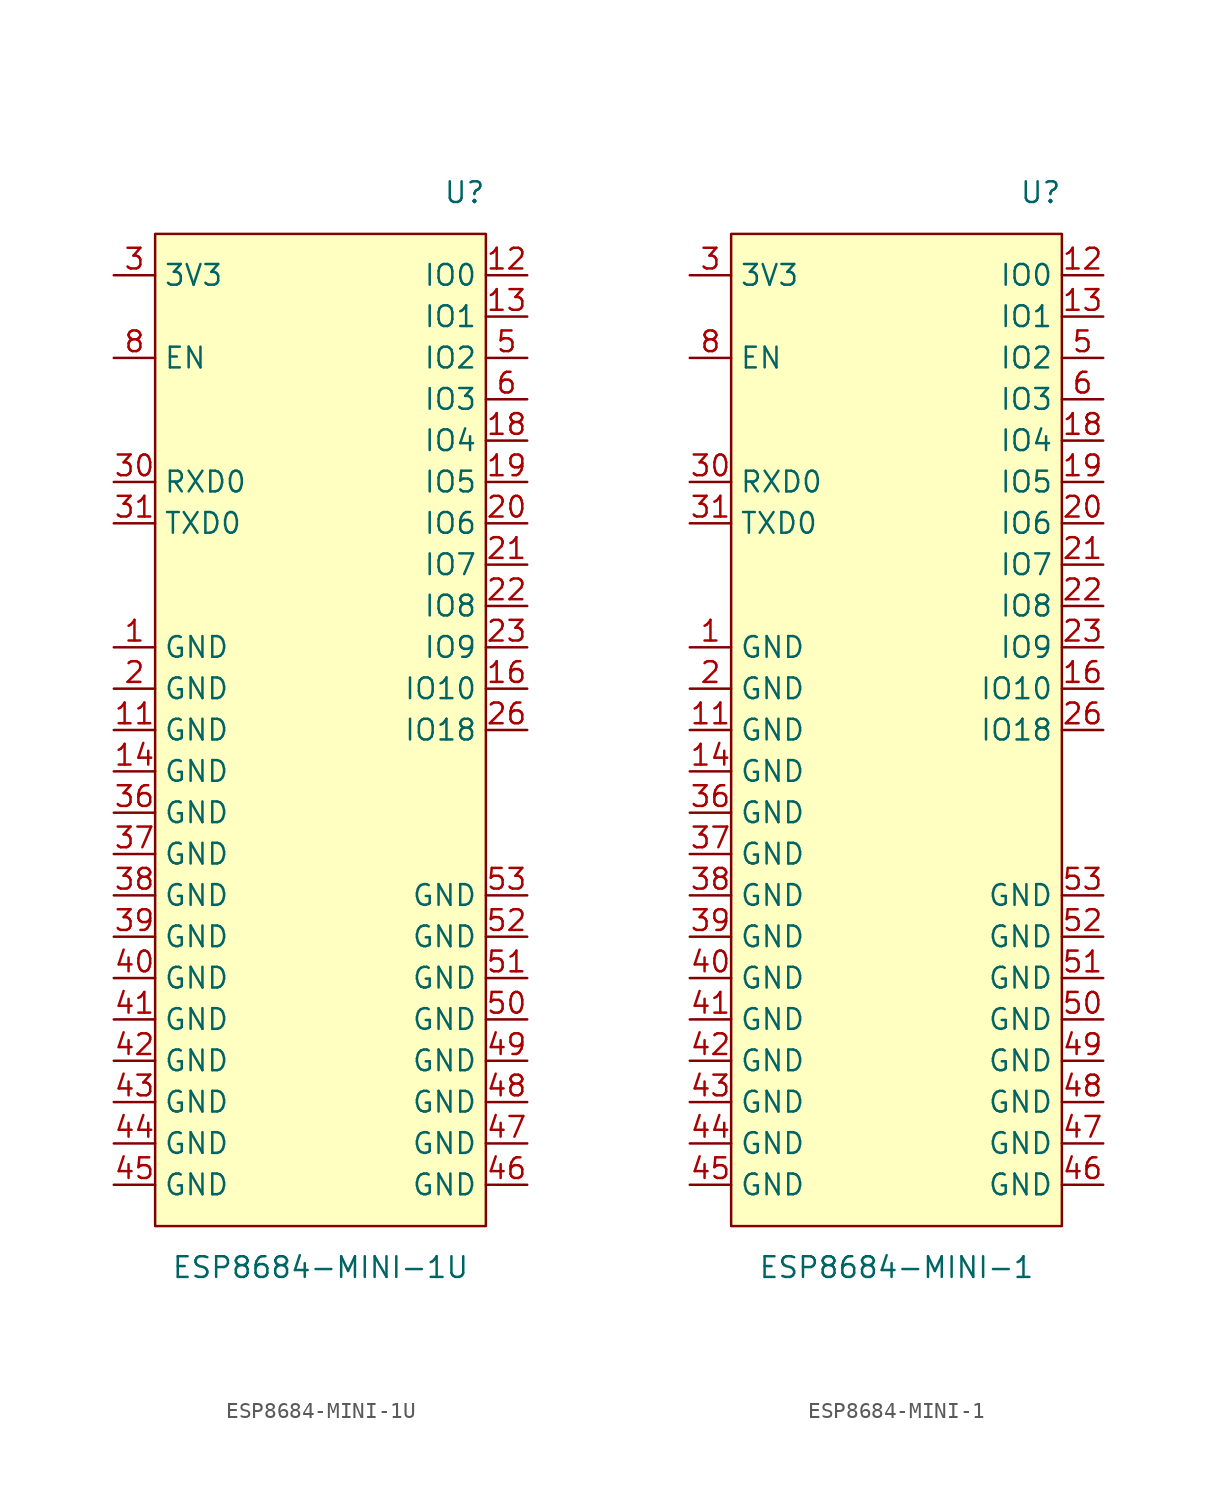
<source format=kicad_sym>
(kicad_symbol_lib
  (version 20231120)
  (generator "kicad_symbol_editor")
  (generator_version "8.0")
  (symbol "ESP8684-MINI-1U"
    (property "Reference" "U"
      (at 10.16 33.02 0)
      (effects (font (size 1.27 1.27)) (justify right)))
    (property "Value" "ESP8684-MINI-1U"
      (at 0 -33.02 0)
      (effects (font (size 1.27 1.27))))
    (symbol "ESP8684-MINI-1U_0_0"
      (pin unspecified line (at -12.7 5.08 0) (length 2.54) (name "GND" (effects (font (size 1.27 1.27)))) (number "1" (effects (font (size 1.27 1.27)))))
      (pin unspecified line (at -12.7 0 0) (length 2.54) (name "GND" (effects (font (size 1.27 1.27)))) (number "11" (effects (font (size 1.27 1.27)))))
      (pin unspecified line (at 12.7 27.94 180) (length 2.54) (name "IO0" (effects (font (size 1.27 1.27)))) (number "12" (effects (font (size 1.27 1.27)))))
      (pin unspecified line (at 12.7 25.4 180) (length 2.54) (name "IO1" (effects (font (size 1.27 1.27)))) (number "13" (effects (font (size 1.27 1.27)))))
      (pin unspecified line (at -12.7 -2.54 0) (length 2.54) (name "GND" (effects (font (size 1.27 1.27)))) (number "14" (effects (font (size 1.27 1.27)))))
      (pin unspecified line (at 12.7 2.54 180) (length 2.54) (name "IO10" (effects (font (size 1.27 1.27)))) (number "16" (effects (font (size 1.27 1.27)))))
      (pin unspecified line (at 12.7 17.78 180) (length 2.54) (name "IO4" (effects (font (size 1.27 1.27)))) (number "18" (effects (font (size 1.27 1.27)))))
      (pin unspecified line (at 12.7 15.24 180) (length 2.54) (name "IO5" (effects (font (size 1.27 1.27)))) (number "19" (effects (font (size 1.27 1.27)))))
      (pin unspecified line (at -12.7 2.54 0) (length 2.54) (name "GND" (effects (font (size 1.27 1.27)))) (number "2" (effects (font (size 1.27 1.27)))))
      (pin unspecified line (at 12.7 12.7 180) (length 2.54) (name "IO6" (effects (font (size 1.27 1.27)))) (number "20" (effects (font (size 1.27 1.27)))))
      (pin unspecified line (at 12.7 10.16 180) (length 2.54) (name "IO7" (effects (font (size 1.27 1.27)))) (number "21" (effects (font (size 1.27 1.27)))))
      (pin unspecified line (at 12.7 7.62 180) (length 2.54) (name "IO8" (effects (font (size 1.27 1.27)))) (number "22" (effects (font (size 1.27 1.27)))))
      (pin unspecified line (at 12.7 5.08 180) (length 2.54) (name "IO9" (effects (font (size 1.27 1.27)))) (number "23" (effects (font (size 1.27 1.27)))))
      (pin unspecified line (at 12.7 0 180) (length 2.54) (name "IO18" (effects (font (size 1.27 1.27)))) (number "26" (effects (font (size 1.27 1.27)))))
      (pin unspecified line (at -12.7 27.94 0) (length 2.54) (name "3V3" (effects (font (size 1.27 1.27)))) (number "3" (effects (font (size 1.27 1.27)))))
      (pin unspecified line (at -12.7 15.24 0) (length 2.54) (name "RXD0" (effects (font (size 1.27 1.27)))) (number "30" (effects (font (size 1.27 1.27)))))
      (pin unspecified line (at -12.7 12.7 0) (length 2.54) (name "TXD0" (effects (font (size 1.27 1.27)))) (number "31" (effects (font (size 1.27 1.27)))))
      (pin unspecified line (at -12.7 -5.08 0) (length 2.54) (name "GND" (effects (font (size 1.27 1.27)))) (number "36" (effects (font (size 1.27 1.27)))))
      (pin unspecified line (at -12.7 -7.62 0) (length 2.54) (name "GND" (effects (font (size 1.27 1.27)))) (number "37" (effects (font (size 1.27 1.27)))))
      (pin unspecified line (at -12.7 -10.16 0) (length 2.54) (name "GND" (effects (font (size 1.27 1.27)))) (number "38" (effects (font (size 1.27 1.27)))))
      (pin unspecified line (at -12.7 -12.7 0) (length 2.54) (name "GND" (effects (font (size 1.27 1.27)))) (number "39" (effects (font (size 1.27 1.27)))))
      (pin unspecified line (at -12.7 -15.24 0) (length 2.54) (name "GND" (effects (font (size 1.27 1.27)))) (number "40" (effects (font (size 1.27 1.27)))))
      (pin unspecified line (at -12.7 -17.78 0) (length 2.54) (name "GND" (effects (font (size 1.27 1.27)))) (number "41" (effects (font (size 1.27 1.27)))))
      (pin unspecified line (at -12.7 -20.32 0) (length 2.54) (name "GND" (effects (font (size 1.27 1.27)))) (number "42" (effects (font (size 1.27 1.27)))))
      (pin unspecified line (at -12.7 -22.86 0) (length 2.54) (name "GND" (effects (font (size 1.27 1.27)))) (number "43" (effects (font (size 1.27 1.27)))))
      (pin unspecified line (at -12.7 -25.4 0) (length 2.54) (name "GND" (effects (font (size 1.27 1.27)))) (number "44" (effects (font (size 1.27 1.27)))))
      (pin unspecified line (at -12.7 -27.94 0) (length 2.54) (name "GND" (effects (font (size 1.27 1.27)))) (number "45" (effects (font (size 1.27 1.27)))))
      (pin unspecified line (at 12.7 -27.94 180) (length 2.54) (name "GND" (effects (font (size 1.27 1.27)))) (number "46" (effects (font (size 1.27 1.27)))))
      (pin unspecified line (at 12.7 -25.4 180) (length 2.54) (name "GND" (effects (font (size 1.27 1.27)))) (number "47" (effects (font (size 1.27 1.27)))))
      (pin unspecified line (at 12.7 -22.86 180) (length 2.54) (name "GND" (effects (font (size 1.27 1.27)))) (number "48" (effects (font (size 1.27 1.27)))))
      (pin unspecified line (at 12.7 -20.32 180) (length 2.54) (name "GND" (effects (font (size 1.27 1.27)))) (number "49" (effects (font (size 1.27 1.27)))))
      (pin unspecified line (at 12.7 22.86 180) (length 2.54) (name "IO2" (effects (font (size 1.27 1.27)))) (number "5" (effects (font (size 1.27 1.27)))))
      (pin unspecified line (at 12.7 -17.78 180) (length 2.54) (name "GND" (effects (font (size 1.27 1.27)))) (number "50" (effects (font (size 1.27 1.27)))))
      (pin unspecified line (at 12.7 -15.24 180) (length 2.54) (name "GND" (effects (font (size 1.27 1.27)))) (number "51" (effects (font (size 1.27 1.27)))))
      (pin unspecified line (at 12.7 -12.7 180) (length 2.54) (name "GND" (effects (font (size 1.27 1.27)))) (number "52" (effects (font (size 1.27 1.27)))))
      (pin unspecified line (at 12.7 -10.16 180) (length 2.54) (name "GND" (effects (font (size 1.27 1.27)))) (number "53" (effects (font (size 1.27 1.27)))))
      (pin unspecified line (at 12.7 20.32 180) (length 2.54) (name "IO3" (effects (font (size 1.27 1.27)))) (number "6" (effects (font (size 1.27 1.27)))))
      (pin unspecified line (at -12.7 22.86 0) (length 2.54) (name "EN" (effects (font (size 1.27 1.27)))) (number "8" (effects (font (size 1.27 1.27))))))
    (symbol "ESP8684-MINI-1U_1_0"
      (pin unspecified line (at 0 -10.16 0) (length 2.54) hide (name "NC" (effects (font (size 1.27 1.27)))) (number "10" (effects (font (size 1.27 1.27)))))
      (pin unspecified line (at 0 -10.16 0) (length 2.54) hide (name "NC" (effects (font (size 1.27 1.27)))) (number "15" (effects (font (size 1.27 1.27)))))
      (pin unspecified line (at 0 -10.16 0) (length 2.54) hide (name "NC" (effects (font (size 1.27 1.27)))) (number "17" (effects (font (size 1.27 1.27)))))
      (pin unspecified line (at 0 -10.16 0) (length 2.54) hide (name "NC" (effects (font (size 1.27 1.27)))) (number "24" (effects (font (size 1.27 1.27)))))
      (pin unspecified line (at 0 -10.16 0) (length 2.54) hide (name "NC" (effects (font (size 1.27 1.27)))) (number "25" (effects (font (size 1.27 1.27)))))
      (pin unspecified line (at 0 -10.16 0) (length 2.54) hide (name "NC" (effects (font (size 1.27 1.27)))) (number "27" (effects (font (size 1.27 1.27)))))
      (pin unspecified line (at 0 -10.16 0) (length 2.54) hide (name "NC" (effects (font (size 1.27 1.27)))) (number "28" (effects (font (size 1.27 1.27)))))
      (pin unspecified line (at 0 -10.16 0) (length 2.54) hide (name "NC" (effects (font (size 1.27 1.27)))) (number "29" (effects (font (size 1.27 1.27)))))
      (pin unspecified line (at 0 -10.16 0) (length 2.54) hide (name "NC" (effects (font (size 1.27 1.27)))) (number "32" (effects (font (size 1.27 1.27)))))
      (pin unspecified line (at 0 -10.16 0) (length 2.54) hide (name "NC" (effects (font (size 1.27 1.27)))) (number "33" (effects (font (size 1.27 1.27)))))
      (pin unspecified line (at 0 -10.16 0) (length 2.54) hide (name "NC" (effects (font (size 1.27 1.27)))) (number "34" (effects (font (size 1.27 1.27)))))
      (pin unspecified line (at 0 -10.16 0) (length 2.54) hide (name "NC" (effects (font (size 1.27 1.27)))) (number "35" (effects (font (size 1.27 1.27)))))
      (pin unspecified line (at 0 -10.16 0) (length 2.54) hide (name "NC" (effects (font (size 1.27 1.27)))) (number "4" (effects (font (size 1.27 1.27)))))
      (pin unspecified line (at 0 -10.16 0) (length 2.54) hide (name "NC" (effects (font (size 1.27 1.27)))) (number "7" (effects (font (size 1.27 1.27)))))
      (pin unspecified line (at 0 -10.16 0) (length 2.54) hide (name "NC" (effects (font (size 1.27 1.27)))) (number "9" (effects (font (size 1.27 1.27))))))
    (symbol "ESP8684-MINI-1U_1_1"
      (rectangle (start -10.16 30.48) (end 10.16 -30.48) (stroke (width 0) (type default)) (fill (type background)))))
  (symbol "ESP8684-MINI-1"
    (property "Reference" "U"
      (at 10.16 33.02 0)
      (effects (font (size 1.27 1.27)) (justify right)))
    (property "Value" "ESP8684-MINI-1"
      (at 0 -33.02 0)
      (effects (font (size 1.27 1.27))))
    (symbol "ESP8684-MINI-1_0_0"
      (pin unspecified line (at -12.7 5.08 0) (length 2.54) (name "GND" (effects (font (size 1.27 1.27)))) (number "1" (effects (font (size 1.27 1.27)))))
      (pin unspecified line (at -12.7 0 0) (length 2.54) (name "GND" (effects (font (size 1.27 1.27)))) (number "11" (effects (font (size 1.27 1.27)))))
      (pin unspecified line (at 12.7 27.94 180) (length 2.54) (name "IO0" (effects (font (size 1.27 1.27)))) (number "12" (effects (font (size 1.27 1.27)))))
      (pin unspecified line (at 12.7 25.4 180) (length 2.54) (name "IO1" (effects (font (size 1.27 1.27)))) (number "13" (effects (font (size 1.27 1.27)))))
      (pin unspecified line (at -12.7 -2.54 0) (length 2.54) (name "GND" (effects (font (size 1.27 1.27)))) (number "14" (effects (font (size 1.27 1.27)))))
      (pin unspecified line (at 12.7 2.54 180) (length 2.54) (name "IO10" (effects (font (size 1.27 1.27)))) (number "16" (effects (font (size 1.27 1.27)))))
      (pin unspecified line (at 12.7 17.78 180) (length 2.54) (name "IO4" (effects (font (size 1.27 1.27)))) (number "18" (effects (font (size 1.27 1.27)))))
      (pin unspecified line (at 12.7 15.24 180) (length 2.54) (name "IO5" (effects (font (size 1.27 1.27)))) (number "19" (effects (font (size 1.27 1.27)))))
      (pin unspecified line (at -12.7 2.54 0) (length 2.54) (name "GND" (effects (font (size 1.27 1.27)))) (number "2" (effects (font (size 1.27 1.27)))))
      (pin unspecified line (at 12.7 12.7 180) (length 2.54) (name "IO6" (effects (font (size 1.27 1.27)))) (number "20" (effects (font (size 1.27 1.27)))))
      (pin unspecified line (at 12.7 10.16 180) (length 2.54) (name "IO7" (effects (font (size 1.27 1.27)))) (number "21" (effects (font (size 1.27 1.27)))))
      (pin unspecified line (at 12.7 7.62 180) (length 2.54) (name "IO8" (effects (font (size 1.27 1.27)))) (number "22" (effects (font (size 1.27 1.27)))))
      (pin unspecified line (at 12.7 5.08 180) (length 2.54) (name "IO9" (effects (font (size 1.27 1.27)))) (number "23" (effects (font (size 1.27 1.27)))))
      (pin unspecified line (at 12.7 0 180) (length 2.54) (name "IO18" (effects (font (size 1.27 1.27)))) (number "26" (effects (font (size 1.27 1.27)))))
      (pin unspecified line (at -12.7 27.94 0) (length 2.54) (name "3V3" (effects (font (size 1.27 1.27)))) (number "3" (effects (font (size 1.27 1.27)))))
      (pin unspecified line (at -12.7 15.24 0) (length 2.54) (name "RXD0" (effects (font (size 1.27 1.27)))) (number "30" (effects (font (size 1.27 1.27)))))
      (pin unspecified line (at -12.7 12.7 0) (length 2.54) (name "TXD0" (effects (font (size 1.27 1.27)))) (number "31" (effects (font (size 1.27 1.27)))))
      (pin unspecified line (at -12.7 -5.08 0) (length 2.54) (name "GND" (effects (font (size 1.27 1.27)))) (number "36" (effects (font (size 1.27 1.27)))))
      (pin unspecified line (at -12.7 -7.62 0) (length 2.54) (name "GND" (effects (font (size 1.27 1.27)))) (number "37" (effects (font (size 1.27 1.27)))))
      (pin unspecified line (at -12.7 -10.16 0) (length 2.54) (name "GND" (effects (font (size 1.27 1.27)))) (number "38" (effects (font (size 1.27 1.27)))))
      (pin unspecified line (at -12.7 -12.7 0) (length 2.54) (name "GND" (effects (font (size 1.27 1.27)))) (number "39" (effects (font (size 1.27 1.27)))))
      (pin unspecified line (at -12.7 -15.24 0) (length 2.54) (name "GND" (effects (font (size 1.27 1.27)))) (number "40" (effects (font (size 1.27 1.27)))))
      (pin unspecified line (at -12.7 -17.78 0) (length 2.54) (name "GND" (effects (font (size 1.27 1.27)))) (number "41" (effects (font (size 1.27 1.27)))))
      (pin unspecified line (at -12.7 -20.32 0) (length 2.54) (name "GND" (effects (font (size 1.27 1.27)))) (number "42" (effects (font (size 1.27 1.27)))))
      (pin unspecified line (at -12.7 -22.86 0) (length 2.54) (name "GND" (effects (font (size 1.27 1.27)))) (number "43" (effects (font (size 1.27 1.27)))))
      (pin unspecified line (at -12.7 -25.4 0) (length 2.54) (name "GND" (effects (font (size 1.27 1.27)))) (number "44" (effects (font (size 1.27 1.27)))))
      (pin unspecified line (at -12.7 -27.94 0) (length 2.54) (name "GND" (effects (font (size 1.27 1.27)))) (number "45" (effects (font (size 1.27 1.27)))))
      (pin unspecified line (at 12.7 -27.94 180) (length 2.54) (name "GND" (effects (font (size 1.27 1.27)))) (number "46" (effects (font (size 1.27 1.27)))))
      (pin unspecified line (at 12.7 -25.4 180) (length 2.54) (name "GND" (effects (font (size 1.27 1.27)))) (number "47" (effects (font (size 1.27 1.27)))))
      (pin unspecified line (at 12.7 -22.86 180) (length 2.54) (name "GND" (effects (font (size 1.27 1.27)))) (number "48" (effects (font (size 1.27 1.27)))))
      (pin unspecified line (at 12.7 -20.32 180) (length 2.54) (name "GND" (effects (font (size 1.27 1.27)))) (number "49" (effects (font (size 1.27 1.27)))))
      (pin unspecified line (at 12.7 22.86 180) (length 2.54) (name "IO2" (effects (font (size 1.27 1.27)))) (number "5" (effects (font (size 1.27 1.27)))))
      (pin unspecified line (at 12.7 -17.78 180) (length 2.54) (name "GND" (effects (font (size 1.27 1.27)))) (number "50" (effects (font (size 1.27 1.27)))))
      (pin unspecified line (at 12.7 -15.24 180) (length 2.54) (name "GND" (effects (font (size 1.27 1.27)))) (number "51" (effects (font (size 1.27 1.27)))))
      (pin unspecified line (at 12.7 -12.7 180) (length 2.54) (name "GND" (effects (font (size 1.27 1.27)))) (number "52" (effects (font (size 1.27 1.27)))))
      (pin unspecified line (at 12.7 -10.16 180) (length 2.54) (name "GND" (effects (font (size 1.27 1.27)))) (number "53" (effects (font (size 1.27 1.27)))))
      (pin unspecified line (at 12.7 20.32 180) (length 2.54) (name "IO3" (effects (font (size 1.27 1.27)))) (number "6" (effects (font (size 1.27 1.27)))))
      (pin unspecified line (at -12.7 22.86 0) (length 2.54) (name "EN" (effects (font (size 1.27 1.27)))) (number "8" (effects (font (size 1.27 1.27))))))
    (symbol "ESP8684-MINI-1_1_0"
      (pin unspecified line (at 0 -10.16 0) (length 2.54) hide (name "NC" (effects (font (size 1.27 1.27)))) (number "10" (effects (font (size 1.27 1.27)))))
      (pin unspecified line (at 0 -10.16 0) (length 2.54) hide (name "NC" (effects (font (size 1.27 1.27)))) (number "15" (effects (font (size 1.27 1.27)))))
      (pin unspecified line (at 0 -10.16 0) (length 2.54) hide (name "NC" (effects (font (size 1.27 1.27)))) (number "17" (effects (font (size 1.27 1.27)))))
      (pin unspecified line (at 0 -10.16 0) (length 2.54) hide (name "NC" (effects (font (size 1.27 1.27)))) (number "24" (effects (font (size 1.27 1.27)))))
      (pin unspecified line (at 0 -10.16 0) (length 2.54) hide (name "NC" (effects (font (size 1.27 1.27)))) (number "25" (effects (font (size 1.27 1.27)))))
      (pin unspecified line (at 0 -10.16 0) (length 2.54) hide (name "NC" (effects (font (size 1.27 1.27)))) (number "27" (effects (font (size 1.27 1.27)))))
      (pin unspecified line (at 0 -10.16 0) (length 2.54) hide (name "NC" (effects (font (size 1.27 1.27)))) (number "28" (effects (font (size 1.27 1.27)))))
      (pin unspecified line (at 0 -10.16 0) (length 2.54) hide (name "NC" (effects (font (size 1.27 1.27)))) (number "29" (effects (font (size 1.27 1.27)))))
      (pin unspecified line (at 0 -10.16 0) (length 2.54) hide (name "NC" (effects (font (size 1.27 1.27)))) (number "32" (effects (font (size 1.27 1.27)))))
      (pin unspecified line (at 0 -10.16 0) (length 2.54) hide (name "NC" (effects (font (size 1.27 1.27)))) (number "33" (effects (font (size 1.27 1.27)))))
      (pin unspecified line (at 0 -10.16 0) (length 2.54) hide (name "NC" (effects (font (size 1.27 1.27)))) (number "34" (effects (font (size 1.27 1.27)))))
      (pin unspecified line (at 0 -10.16 0) (length 2.54) hide (name "NC" (effects (font (size 1.27 1.27)))) (number "35" (effects (font (size 1.27 1.27)))))
      (pin unspecified line (at 0 -10.16 0) (length 2.54) hide (name "NC" (effects (font (size 1.27 1.27)))) (number "4" (effects (font (size 1.27 1.27)))))
      (pin unspecified line (at 0 -10.16 0) (length 2.54) hide (name "NC" (effects (font (size 1.27 1.27)))) (number "7" (effects (font (size 1.27 1.27)))))
      (pin unspecified line (at 0 -10.16 0) (length 2.54) hide (name "NC" (effects (font (size 1.27 1.27)))) (number "9" (effects (font (size 1.27 1.27))))))
    (symbol "ESP8684-MINI-1_1_1"
      (rectangle (start -10.16 30.48) (end 10.16 -30.48) (stroke (width 0) (type default)) (fill (type background))))))
</source>
